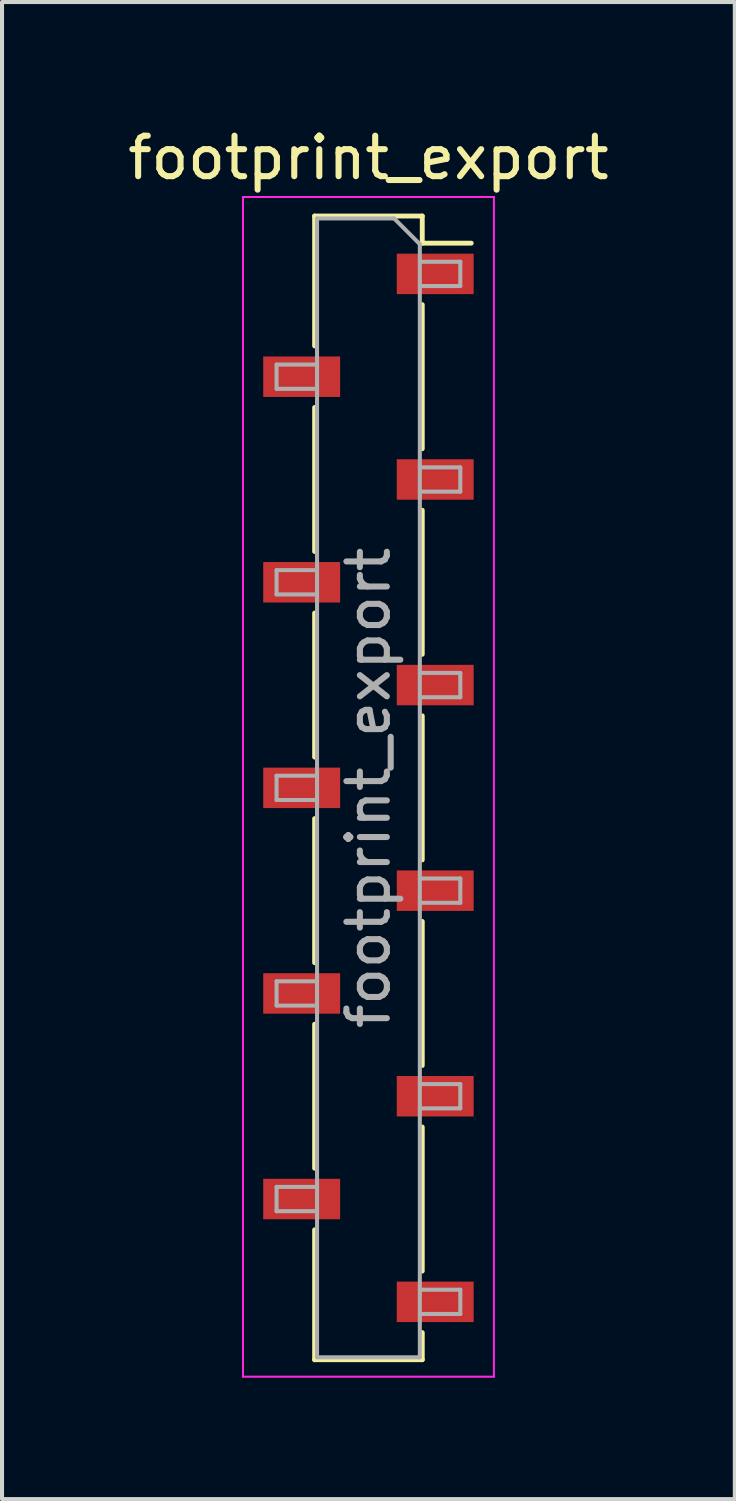
<source format=kicad_pcb>
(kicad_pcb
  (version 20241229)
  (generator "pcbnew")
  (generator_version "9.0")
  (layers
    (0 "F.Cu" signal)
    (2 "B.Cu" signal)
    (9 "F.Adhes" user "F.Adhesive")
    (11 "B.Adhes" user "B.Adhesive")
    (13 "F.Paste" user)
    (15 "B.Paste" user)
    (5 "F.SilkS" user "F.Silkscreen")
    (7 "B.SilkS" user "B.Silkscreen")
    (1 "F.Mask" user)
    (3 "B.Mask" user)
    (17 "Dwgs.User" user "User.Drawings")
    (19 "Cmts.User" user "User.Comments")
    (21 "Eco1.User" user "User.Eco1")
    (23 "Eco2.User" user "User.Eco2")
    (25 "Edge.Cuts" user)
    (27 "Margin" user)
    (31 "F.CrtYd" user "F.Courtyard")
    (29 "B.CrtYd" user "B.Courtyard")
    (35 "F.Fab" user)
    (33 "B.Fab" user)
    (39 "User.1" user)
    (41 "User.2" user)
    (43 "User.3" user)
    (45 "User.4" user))
  (footprint "footprint_export"
    (layer "F.Cu")
    (at 6.054 16.418)
    (property "Reference" "footprint_export" (at 0 -15.57 0) (layer "F.SilkS") (effects (font (size 1 1) (thickness 0.15))))
    (attr smd)
    (fp_line (start -1.33 -14.13) (end -1.33 -10.92) (stroke (width 0.12) (type solid)) (layer "F.SilkS"))
    (fp_line (start -1.33 -14.13) (end 1.33 -14.13) (stroke (width 0.12) (type solid)) (layer "F.SilkS"))
    (fp_line (start -1.33 -9.4) (end -1.33 -5.84) (stroke (width 0.12) (type solid)) (layer "F.SilkS"))
    (fp_line (start -1.33 -4.32) (end -1.33 -0.76) (stroke (width 0.12) (type solid)) (layer "F.SilkS"))
    (fp_line (start -1.33 0.76) (end -1.33 4.32) (stroke (width 0.12) (type solid)) (layer "F.SilkS"))
    (fp_line (start -1.33 5.84) (end -1.33 9.4) (stroke (width 0.12) (type solid)) (layer "F.SilkS"))
    (fp_line (start -1.33 10.92) (end -1.33 14.13) (stroke (width 0.12) (type solid)) (layer "F.SilkS"))
    (fp_line (start -1.33 14.13) (end 1.33 14.13) (stroke (width 0.12) (type solid)) (layer "F.SilkS"))
    (fp_line (start 1.33 -14.13) (end 1.33 -13.46) (stroke (width 0.12) (type solid)) (layer "F.SilkS"))
    (fp_line (start 1.33 -13.46) (end 2.54 -13.46) (stroke (width 0.12) (type solid)) (layer "F.SilkS"))
    (fp_line (start 1.33 -11.94) (end 1.33 -8.38) (stroke (width 0.12) (type solid)) (layer "F.SilkS"))
    (fp_line (start 1.33 -6.86) (end 1.33 -3.3) (stroke (width 0.12) (type solid)) (layer "F.SilkS"))
    (fp_line (start 1.33 -1.78) (end 1.33 1.78) (stroke (width 0.12) (type solid)) (layer "F.SilkS"))
    (fp_line (start 1.33 3.3) (end 1.33 6.86) (stroke (width 0.12) (type solid)) (layer "F.SilkS"))
    (fp_line (start 1.33 8.38) (end 1.33 11.94) (stroke (width 0.12) (type solid)) (layer "F.SilkS"))
    (fp_line (start 1.33 13.46) (end 1.33 14.13) (stroke (width 0.12) (type solid)) (layer "F.SilkS"))
    (fp_line (start -3.1 -14.6) (end 3.1 -14.6) (stroke (width 0.05) (type solid)) (layer "F.CrtYd"))
    (fp_line (start -3.1 14.55) (end -3.1 -14.6) (stroke (width 0.05) (type solid)) (layer "F.CrtYd"))
    (fp_line (start 3.1 -14.6) (end 3.1 14.55) (stroke (width 0.05) (type solid)) (layer "F.CrtYd"))
    (fp_line (start 3.1 14.55) (end -3.1 14.55) (stroke (width 0.05) (type solid)) (layer "F.CrtYd"))
    (fp_line (start -2.27 -10.46) (end -1.27 -10.46) (stroke (width 0.1) (type solid)) (layer "F.Fab"))
    (fp_line (start -2.27 -9.86) (end -2.27 -10.46) (stroke (width 0.1) (type solid)) (layer "F.Fab"))
    (fp_line (start -2.27 -5.38) (end -1.27 -5.38) (stroke (width 0.1) (type solid)) (layer "F.Fab"))
    (fp_line (start -2.27 -4.78) (end -2.27 -5.38) (stroke (width 0.1) (type solid)) (layer "F.Fab"))
    (fp_line (start -2.27 -0.3) (end -1.27 -0.3) (stroke (width 0.1) (type solid)) (layer "F.Fab"))
    (fp_line (start -2.27 0.3) (end -2.27 -0.3) (stroke (width 0.1) (type solid)) (layer "F.Fab"))
    (fp_line (start -2.27 4.78) (end -1.27 4.78) (stroke (width 0.1) (type solid)) (layer "F.Fab"))
    (fp_line (start -2.27 5.38) (end -2.27 4.78) (stroke (width 0.1) (type solid)) (layer "F.Fab"))
    (fp_line (start -2.27 9.86) (end -1.27 9.86) (stroke (width 0.1) (type solid)) (layer "F.Fab"))
    (fp_line (start -2.27 10.46) (end -2.27 9.86) (stroke (width 0.1) (type solid)) (layer "F.Fab"))
    (fp_line (start -1.27 -14.07) (end 0.635 -14.07) (stroke (width 0.1) (type solid)) (layer "F.Fab"))
    (fp_line (start -1.27 -9.86) (end -2.27 -9.86) (stroke (width 0.1) (type solid)) (layer "F.Fab"))
    (fp_line (start -1.27 -4.78) (end -2.27 -4.78) (stroke (width 0.1) (type solid)) (layer "F.Fab"))
    (fp_line (start -1.27 0.3) (end -2.27 0.3) (stroke (width 0.1) (type solid)) (layer "F.Fab"))
    (fp_line (start -1.27 5.38) (end -2.27 5.38) (stroke (width 0.1) (type solid)) (layer "F.Fab"))
    (fp_line (start -1.27 10.46) (end -2.27 10.46) (stroke (width 0.1) (type solid)) (layer "F.Fab"))
    (fp_line (start -1.27 14.07) (end -1.27 -14.07) (stroke (width 0.1) (type solid)) (layer "F.Fab"))
    (fp_line (start 0.635 -14.07) (end 1.27 -13.435) (stroke (width 0.1) (type solid)) (layer "F.Fab"))
    (fp_line (start 1.27 -13.435) (end 1.27 14.07) (stroke (width 0.1) (type solid)) (layer "F.Fab"))
    (fp_line (start 1.27 -13) (end 2.27 -13) (stroke (width 0.1) (type solid)) (layer "F.Fab"))
    (fp_line (start 1.27 -7.92) (end 2.27 -7.92) (stroke (width 0.1) (type solid)) (layer "F.Fab"))
    (fp_line (start 1.27 -2.84) (end 2.27 -2.84) (stroke (width 0.1) (type solid)) (layer "F.Fab"))
    (fp_line (start 1.27 2.24) (end 2.27 2.24) (stroke (width 0.1) (type solid)) (layer "F.Fab"))
    (fp_line (start 1.27 7.32) (end 2.27 7.32) (stroke (width 0.1) (type solid)) (layer "F.Fab"))
    (fp_line (start 1.27 12.4) (end 2.27 12.4) (stroke (width 0.1) (type solid)) (layer "F.Fab"))
    (fp_line (start 1.27 14.07) (end -1.27 14.07) (stroke (width 0.1) (type solid)) (layer "F.Fab"))
    (fp_line (start 2.27 -13) (end 2.27 -12.4) (stroke (width 0.1) (type solid)) (layer "F.Fab"))
    (fp_line (start 2.27 -12.4) (end 1.27 -12.4) (stroke (width 0.1) (type solid)) (layer "F.Fab"))
    (fp_line (start 2.27 -7.92) (end 2.27 -7.32) (stroke (width 0.1) (type solid)) (layer "F.Fab"))
    (fp_line (start 2.27 -7.32) (end 1.27 -7.32) (stroke (width 0.1) (type solid)) (layer "F.Fab"))
    (fp_line (start 2.27 -2.84) (end 2.27 -2.24) (stroke (width 0.1) (type solid)) (layer "F.Fab"))
    (fp_line (start 2.27 -2.24) (end 1.27 -2.24) (stroke (width 0.1) (type solid)) (layer "F.Fab"))
    (fp_line (start 2.27 2.24) (end 2.27 2.84) (stroke (width 0.1) (type solid)) (layer "F.Fab"))
    (fp_line (start 2.27 2.84) (end 1.27 2.84) (stroke (width 0.1) (type solid)) (layer "F.Fab"))
    (fp_line (start 2.27 7.32) (end 2.27 7.92) (stroke (width 0.1) (type solid)) (layer "F.Fab"))
    (fp_line (start 2.27 7.92) (end 1.27 7.92) (stroke (width 0.1) (type solid)) (layer "F.Fab"))
    (fp_line (start 2.27 12.4) (end 2.27 13) (stroke (width 0.1) (type solid)) (layer "F.Fab"))
    (fp_line (start 2.27 13) (end 1.27 13) (stroke (width 0.1) (type solid)) (layer "F.Fab"))
    (fp_text user "${REFERENCE}" (at 0 0 90) (layer "F.Fab") (effects (font (size 1 1) (thickness 0.15))))
    (pad "1" smd rect (at 1.65 -12.7) (size 1.9 1) (layers "F.Cu" "F.Mask" "F.Paste"))
    (pad "2" smd rect (at -1.65 -10.16) (size 1.9 1) (layers "F.Cu" "F.Mask" "F.Paste"))
    (pad "3" smd rect (at 1.65 -7.62) (size 1.9 1) (layers "F.Cu" "F.Mask" "F.Paste"))
    (pad "4" smd rect (at -1.65 -5.08) (size 1.9 1) (layers "F.Cu" "F.Mask" "F.Paste"))
    (pad "5" smd rect (at 1.65 -2.54) (size 1.9 1) (layers "F.Cu" "F.Mask" "F.Paste"))
    (pad "6" smd rect (at -1.65 0) (size 1.9 1) (layers "F.Cu" "F.Mask" "F.Paste"))
    (pad "7" smd rect (at 1.65 2.54) (size 1.9 1) (layers "F.Cu" "F.Mask" "F.Paste"))
    (pad "8" smd rect (at -1.65 5.08) (size 1.9 1) (layers "F.Cu" "F.Mask" "F.Paste"))
    (pad "9" smd rect (at 1.65 7.62) (size 1.9 1) (layers "F.Cu" "F.Mask" "F.Paste"))
    (pad "10" smd rect (at -1.65 10.16) (size 1.9 1) (layers "F.Cu" "F.Mask" "F.Paste"))
    (pad "11" smd rect (at 1.65 12.7) (size 1.9 1) (layers "F.Cu" "F.Mask" "F.Paste")))
  (gr_rect
    (start -3 -3)
    (end 15.107 33.993)
    (stroke (width 0.1) (type default))
    (fill no)
    (layer "Edge.Cuts")))
</source>
